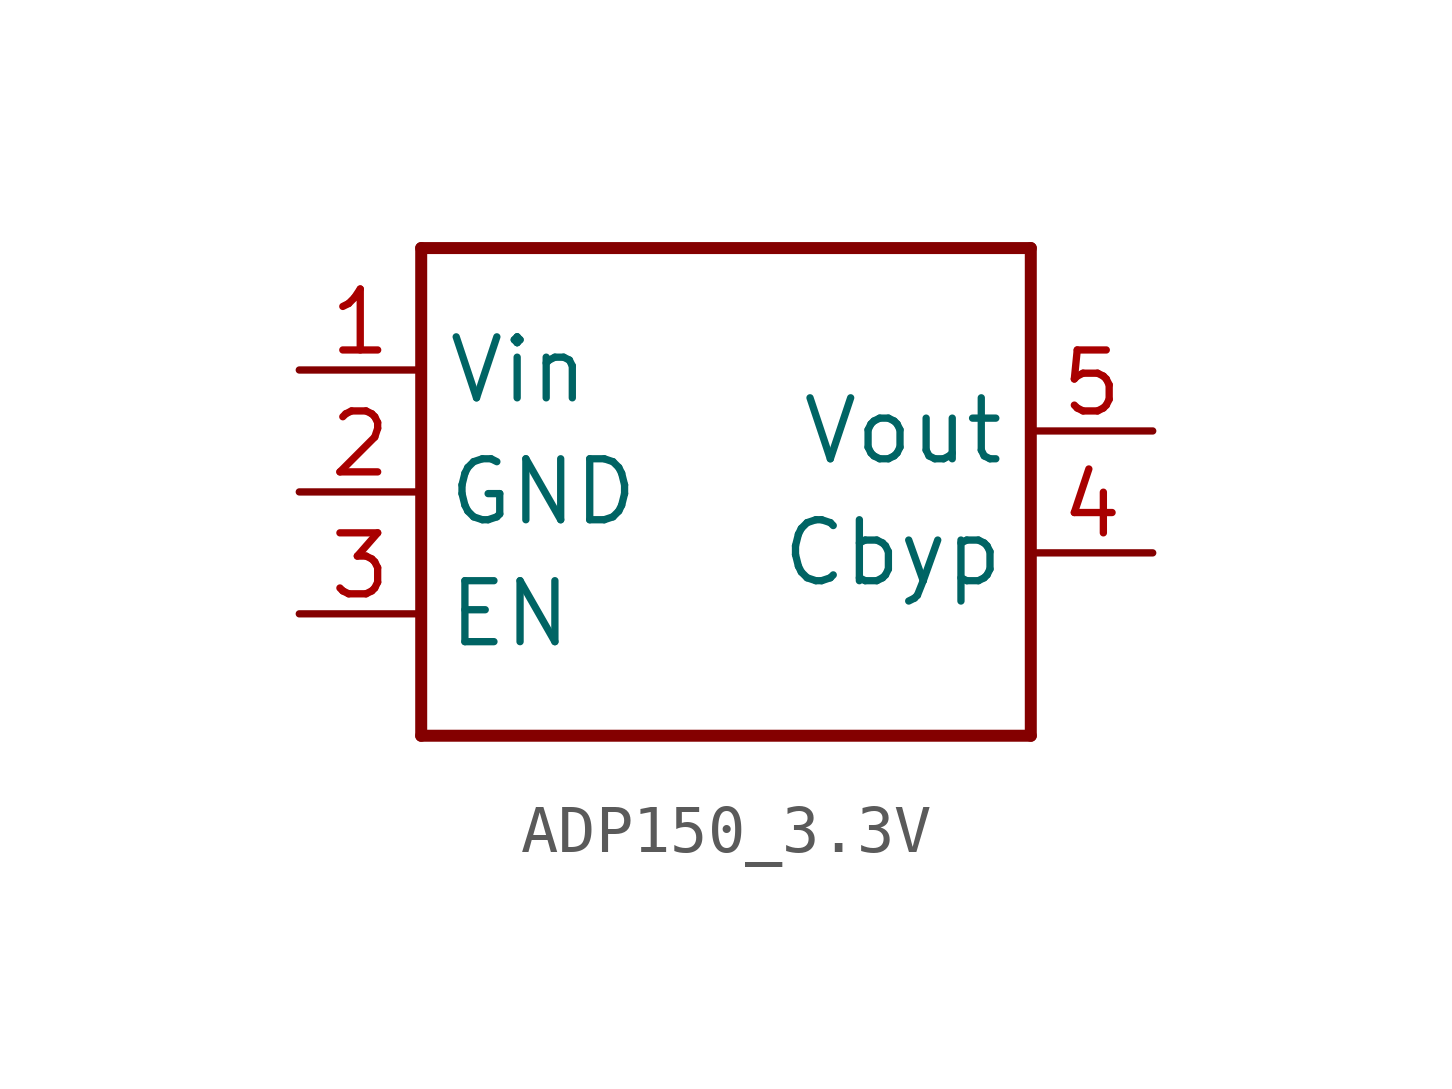
<source format=kicad_sym>
(kicad_symbol_lib
  (version 20231120)
  (generator "kicad_symbol_editor")
  (generator_version "8.0")
  (symbol "ADP150_3.3V"
    (property "Reference" "U"
      (at 0 0 0)
      (effects (font (size 1.27 1.27)) (hide yes)))
    (property "ki_locked" ""
      (at 0 0 0)
      (effects (font (size 1.27 1.27))))
    (symbol "ADP150_3.3V_1_0"
      (polyline (pts (xy -6.35 -5.08) (xy -6.35 5.08)) (stroke (width 0.25) (type solid)) (fill (type none)))
      (polyline (pts (xy -6.35 5.08) (xy 6.35 5.08)) (stroke (width 0.25) (type solid)) (fill (type none)))
      (polyline (pts (xy 6.35 -5.08) (xy -6.35 -5.08)) (stroke (width 0.25) (type solid)) (fill (type none)))
      (polyline (pts (xy 6.35 5.08) (xy 6.35 -5.08)) (stroke (width 0.25) (type solid)) (fill (type none)))
      (pin power_in line (at -8.89 2.54 0) (length 2.54) (name "Vin" (effects (font (size 1.27 1.27)))) (number "1" (effects (font (size 1.27 1.27)))))
      (pin power_in line (at -8.89 0 0) (length 2.54) (name "GND" (effects (font (size 1.27 1.27)))) (number "2" (effects (font (size 1.27 1.27)))))
      (pin input line (at -8.89 -2.54 0) (length 2.54) (name "EN" (effects (font (size 1.27 1.27)))) (number "3" (effects (font (size 1.27 1.27)))))
      (pin bidirectional line (at 8.89 -1.27 180) (length 2.54) (name "Cbyp" (effects (font (size 1.27 1.27)))) (number "4" (effects (font (size 1.27 1.27)))))
      (pin power_in line (at 8.89 1.27 180) (length 2.54) (name "Vout" (effects (font (size 1.27 1.27)))) (number "5" (effects (font (size 1.27 1.27))))))))
</source>
